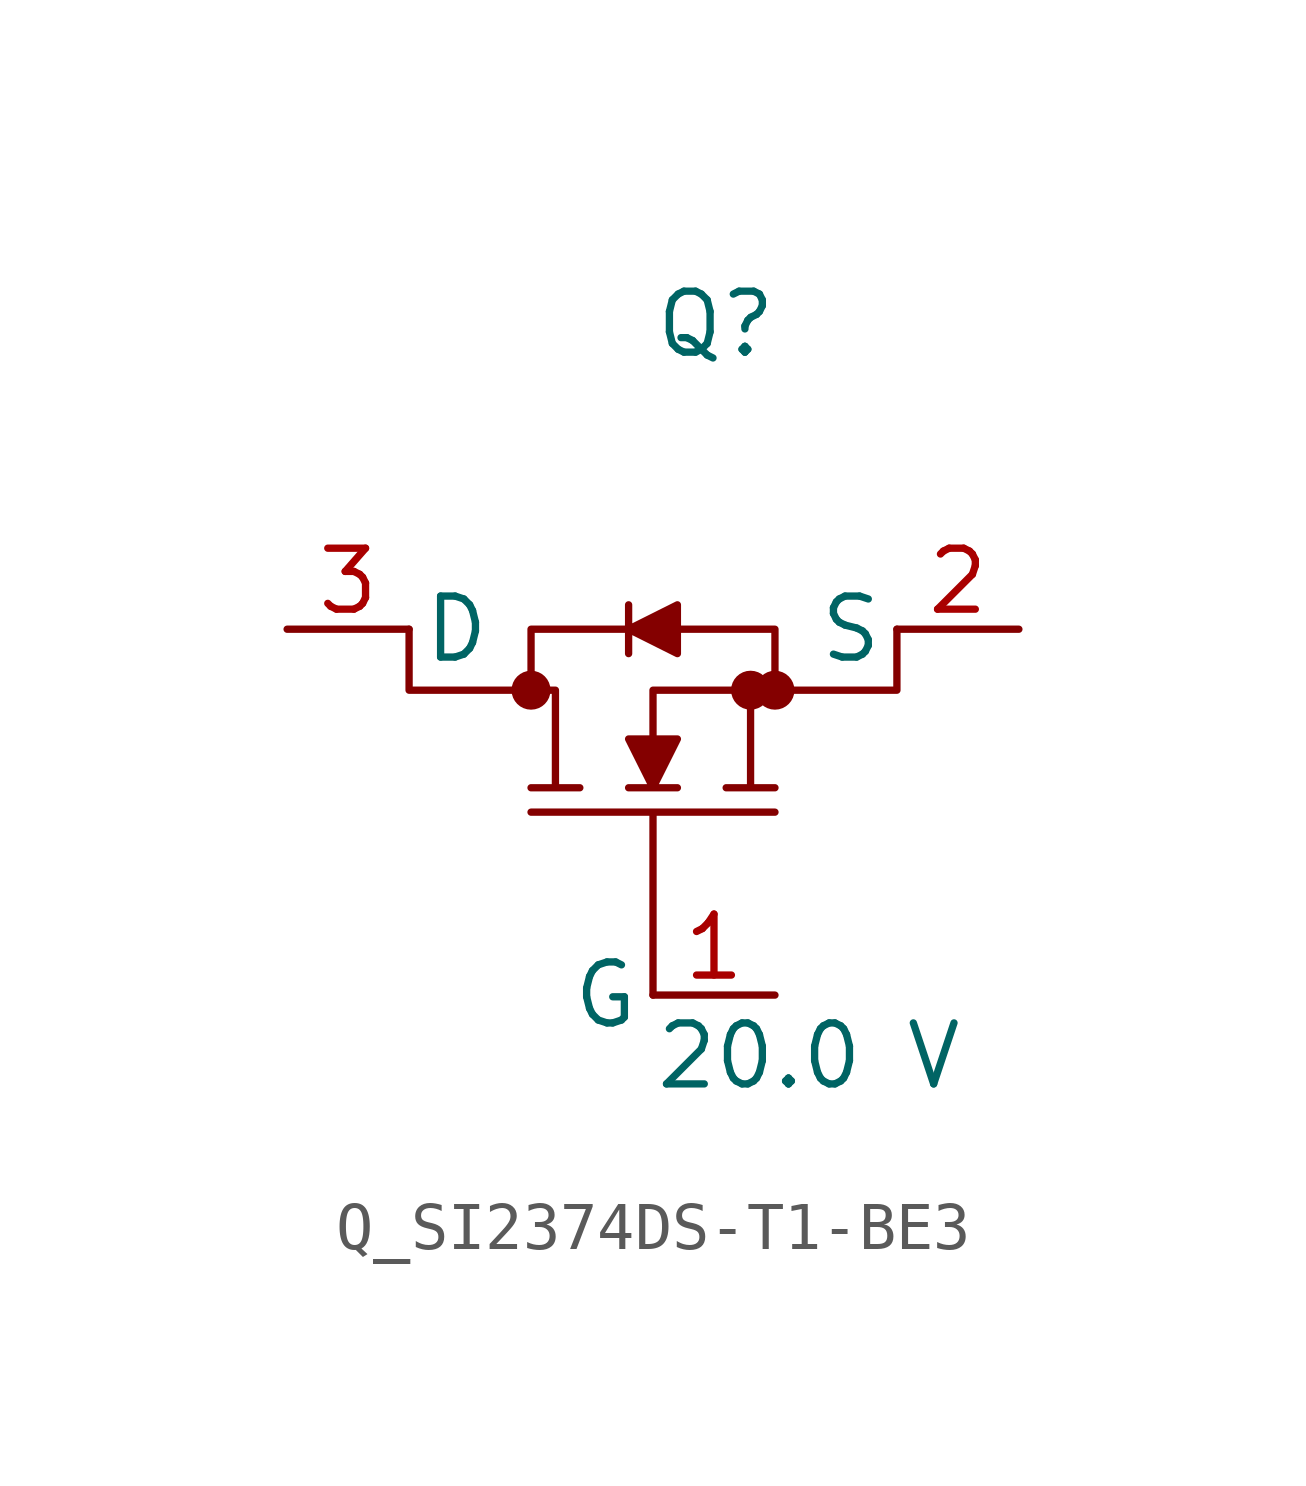
<source format=kicad_sym>
(kicad_symbol_lib
  (version 20231120)
  (generator kicad_symbol_editor)
  (generator_version 8.0)
  (symbol "Q_SI2374DS-T1-BE3"
    (pin_names
      (offset 0.254))
    (property "Reference" "Q"
      (at 0 7.62 0)
      (effects (font (size 1.27 1.27)) (justify left)))
    (property "Value" "20.0 V"
      (at 0 -7.62 0)
      (effects (font (size 1.27 1.27)) (justify left)))
    (symbol "Q_SI2374DS-T1-BE3_1_0"
      (polyline (pts (xy 0 -6.35) (xy 0 -2.54) (xy -2.54 -2.54) (xy 2.54 -2.54) (xy 0 -2.54) (xy 0 -6.35)) (stroke (width 0) (type default)) (fill (type none)))
      (polyline (pts (xy 5.08 1.27) (xy 5.08 0.0) (xy 2.54 0.0) (xy 2.54 1.27) (xy 0.508 1.27) (xy 0.508 1.778) (xy -0.508 1.27) (xy -0.508 1.778) (xy -0.508 1.27) (xy -2.54 1.27) (xy -2.54 0.0) (xy -5.08 0.0) (xy -5.08 1.27) (xy -5.08 0.0) (xy -2.032 0.0) (xy -2.032 -2.032) (xy -2.54 -2.032) (xy -1.524 -2.032) (xy -2.032 -2.032) (xy -2.032 0.0) (xy -2.54 0.0) (xy -2.54 1.27) (xy -0.508 1.27) (xy -0.508 0.762) (xy -0.508 1.27) (xy 0.508 0.762) (xy 0.508 1.27) (xy 2.54 1.27) (xy 2.54 0.0) (xy 0 0.0) (xy 0 -1.016) (xy -0.508 -1.016) (xy 0 -2.032) (xy -0.508 -2.032) (xy 0.508 -2.032) (xy 0 -2.032) (xy 0.508 -1.016) (xy 0 -1.016) (xy 0 0.0) (xy 2.032 0.0) (xy 2.032 -2.032) (xy 1.524 -2.032) (xy 2.54 -2.032) (xy 2.032 -2.032) (xy 2.032 0.0) (xy 5.08 0.0)) (stroke (width 0) (type default)) (fill (type outline)))
      (circle (center -2.54 0.0) (radius 0.025) (stroke (width 0.381) (type default)) (fill (type none)))
      (circle (center 2.032 0.0) (radius 0.025) (stroke (width 0.381) (type default)) (fill (type none)))
      (circle (center 2.54 0.0) (radius 0.025) (stroke (width 0.381) (type default)) (fill (type none)))
      (pin passive line (at 2.54 -6.35 180) (length 2.54) (name "G" (effects (font (size 1.27 1.27)))) (number "1" (effects (font (size 1.27 1.27)))))
      (pin passive line (at 7.62 1.27 180) (length 2.54) (name "S" (effects (font (size 1.27 1.27)))) (number "2" (effects (font (size 1.27 1.27)))))
      (pin passive line (at -7.62 1.27 0) (length 2.54) (name "D" (effects (font (size 1.27 1.27)))) (number "3" (effects (font (size 1.27 1.27))))))))
</source>
